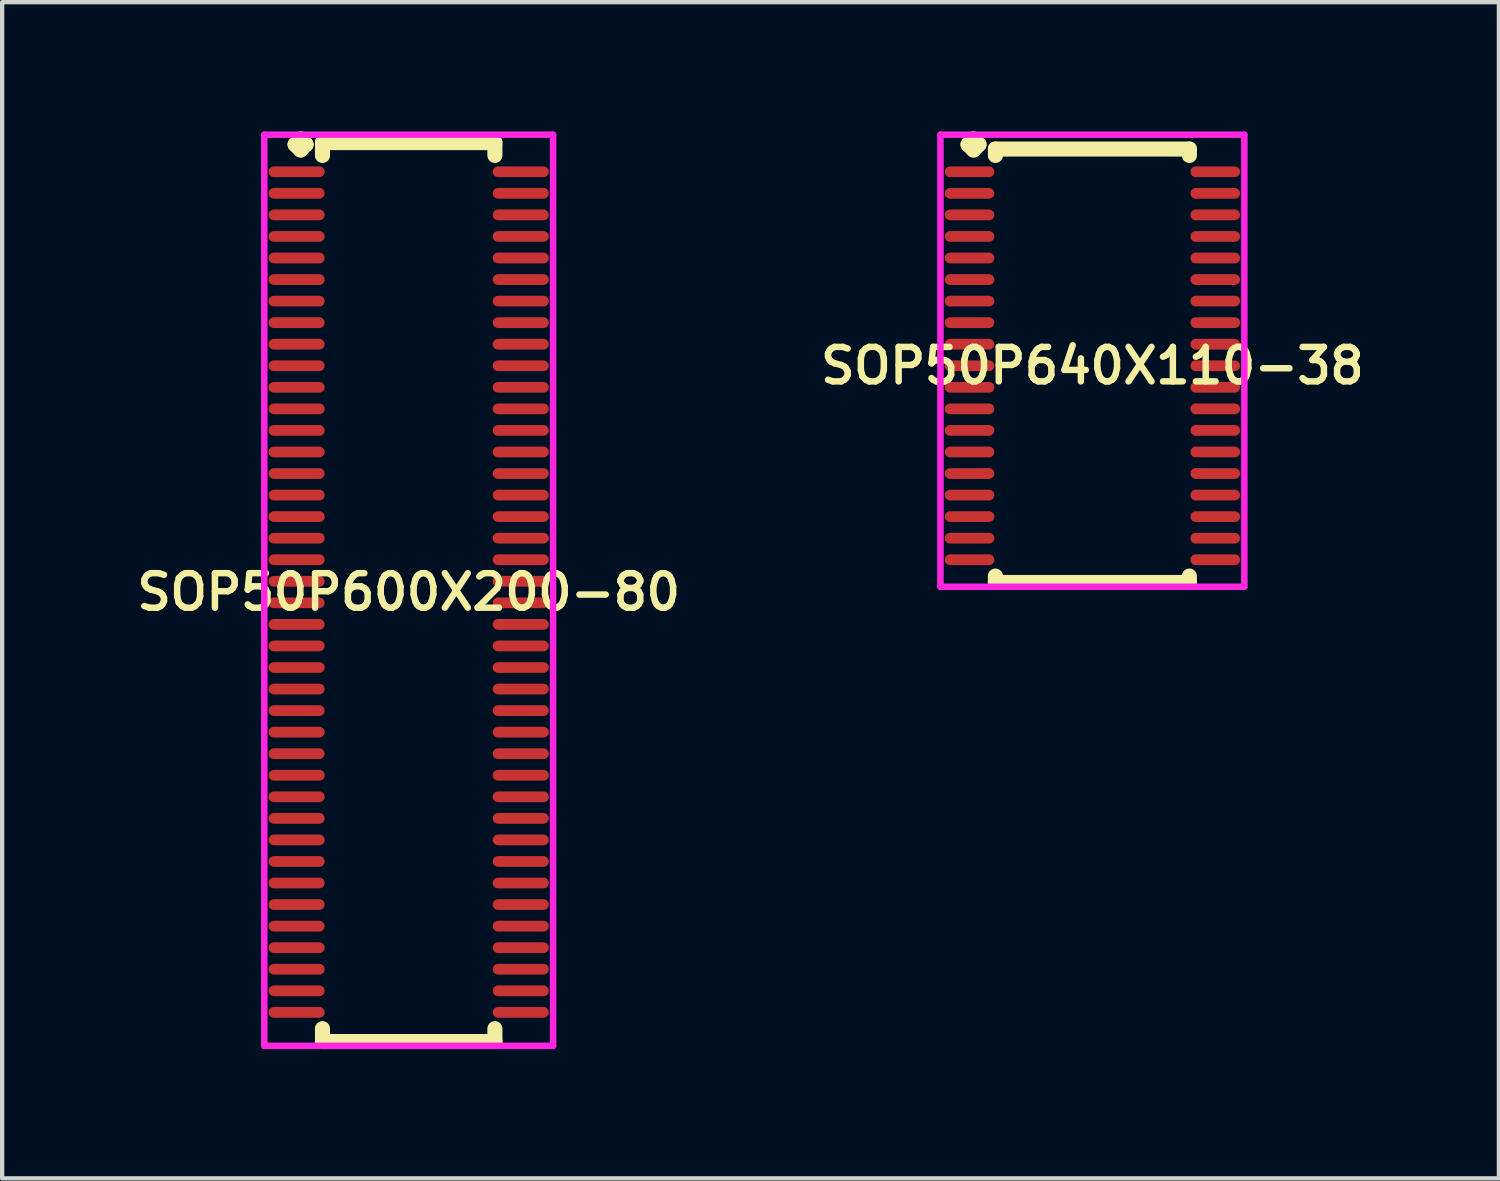
<source format=kicad_pcb>
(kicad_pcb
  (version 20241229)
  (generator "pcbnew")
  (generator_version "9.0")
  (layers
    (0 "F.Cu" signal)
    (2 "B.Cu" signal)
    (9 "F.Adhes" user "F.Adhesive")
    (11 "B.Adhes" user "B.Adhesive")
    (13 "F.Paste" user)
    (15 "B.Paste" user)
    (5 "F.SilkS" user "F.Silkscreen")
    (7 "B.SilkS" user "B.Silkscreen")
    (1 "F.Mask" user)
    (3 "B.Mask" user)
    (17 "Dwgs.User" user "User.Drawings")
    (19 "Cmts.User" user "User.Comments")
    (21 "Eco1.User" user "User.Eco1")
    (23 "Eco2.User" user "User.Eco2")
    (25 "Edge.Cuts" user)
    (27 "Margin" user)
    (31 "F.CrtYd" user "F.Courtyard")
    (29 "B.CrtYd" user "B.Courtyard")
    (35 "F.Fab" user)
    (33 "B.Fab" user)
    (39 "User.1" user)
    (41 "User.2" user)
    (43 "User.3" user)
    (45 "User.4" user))
  (footprint "SOP50P600X200-80"
    (layer "F.Cu")
    (at 6.431 10.685)
    (property "Reference" "SOP50P600X200-80" (at 0 0 0) (layer "F.SilkS") (effects (font (size 0.8 0.8) (thickness 0.15))))
    (attr smd)
    (fp_line (start -2.635 -10.383) (end -2.508 -10.51) (stroke (width 0.35) (type solid)) (layer "F.SilkS"))
    (fp_line (start -2.508 -10.51) (end -2.381 -10.383) (stroke (width 0.35) (type solid)) (layer "F.SilkS"))
    (fp_line (start -2.508 -10.256) (end -2.635 -10.383) (stroke (width 0.35) (type solid)) (layer "F.SilkS"))
    (fp_line (start -2.381 -10.383) (end -2.508 -10.256) (stroke (width 0.35) (type solid)) (layer "F.SilkS"))
    (fp_line (start -2 -10.427) (end 2 -10.427) (stroke (width 0.35) (type solid)) (layer "F.SilkS"))
    (fp_line (start -2 -10.129) (end -2 -10.427) (stroke (width 0.35) (type solid)) (layer "F.SilkS"))
    (fp_line (start -2 10.129) (end -2 10.427) (stroke (width 0.35) (type solid)) (layer "F.SilkS"))
    (fp_line (start -2 10.427) (end 2 10.427) (stroke (width 0.35) (type solid)) (layer "F.SilkS"))
    (fp_line (start 2 -10.427) (end 2 -10.129) (stroke (width 0.35) (type solid)) (layer "F.SilkS"))
    (fp_line (start 2 10.427) (end 2 10.129) (stroke (width 0.35) (type solid)) (layer "F.SilkS"))
    (fp_line (start -3.35 -10.61) (end 3.35 -10.61) (stroke (width 0.15) (type solid)) (layer "F.CrtYd"))
    (fp_line (start -3.35 10.527) (end -3.35 -10.61) (stroke (width 0.15) (type solid)) (layer "F.CrtYd"))
    (fp_line (start 3.35 -10.61) (end 3.35 10.527) (stroke (width 0.15) (type solid)) (layer "F.CrtYd"))
    (fp_line (start 3.35 10.527) (end -3.35 10.527) (stroke (width 0.15) (type solid)) (layer "F.CrtYd"))
    (pad "1" smd oval (at -2.6 -9.75) (size 1.3 0.25) (layers "F.Cu" "F.Mask" "F.Paste"))
    (pad "2" smd oval (at -2.6 -9.25) (size 1.3 0.25) (layers "F.Cu" "F.Mask" "F.Paste"))
    (pad "3" smd oval (at -2.6 -8.75) (size 1.3 0.25) (layers "F.Cu" "F.Mask" "F.Paste"))
    (pad "4" smd oval (at -2.6 -8.25) (size 1.3 0.25) (layers "F.Cu" "F.Mask" "F.Paste"))
    (pad "5" smd oval (at -2.6 -7.75) (size 1.3 0.25) (layers "F.Cu" "F.Mask" "F.Paste"))
    (pad "6" smd oval (at -2.6 -7.25) (size 1.3 0.25) (layers "F.Cu" "F.Mask" "F.Paste"))
    (pad "7" smd oval (at -2.6 -6.75) (size 1.3 0.25) (layers "F.Cu" "F.Mask" "F.Paste"))
    (pad "8" smd oval (at -2.6 -6.25) (size 1.3 0.25) (layers "F.Cu" "F.Mask" "F.Paste"))
    (pad "9" smd oval (at -2.6 -5.75) (size 1.3 0.25) (layers "F.Cu" "F.Mask" "F.Paste"))
    (pad "10" smd oval (at -2.6 -5.25) (size 1.3 0.25) (layers "F.Cu" "F.Mask" "F.Paste"))
    (pad "11" smd oval (at -2.6 -4.75) (size 1.3 0.25) (layers "F.Cu" "F.Mask" "F.Paste"))
    (pad "12" smd oval (at -2.6 -4.25) (size 1.3 0.25) (layers "F.Cu" "F.Mask" "F.Paste"))
    (pad "13" smd oval (at -2.6 -3.75) (size 1.3 0.25) (layers "F.Cu" "F.Mask" "F.Paste"))
    (pad "14" smd oval (at -2.6 -3.25) (size 1.3 0.25) (layers "F.Cu" "F.Mask" "F.Paste"))
    (pad "15" smd oval (at -2.6 -2.75) (size 1.3 0.25) (layers "F.Cu" "F.Mask" "F.Paste"))
    (pad "16" smd oval (at -2.6 -2.25) (size 1.3 0.25) (layers "F.Cu" "F.Mask" "F.Paste"))
    (pad "17" smd oval (at -2.6 -1.75) (size 1.3 0.25) (layers "F.Cu" "F.Mask" "F.Paste"))
    (pad "18" smd oval (at -2.6 -1.25) (size 1.3 0.25) (layers "F.Cu" "F.Mask" "F.Paste"))
    (pad "19" smd oval (at -2.6 -0.75) (size 1.3 0.25) (layers "F.Cu" "F.Mask" "F.Paste"))
    (pad "20" smd oval (at -2.6 -0.25) (size 1.3 0.25) (layers "F.Cu" "F.Mask" "F.Paste"))
    (pad "21" smd oval (at -2.6 0.25) (size 1.3 0.25) (layers "F.Cu" "F.Mask" "F.Paste"))
    (pad "22" smd oval (at -2.6 0.75) (size 1.3 0.25) (layers "F.Cu" "F.Mask" "F.Paste"))
    (pad "23" smd oval (at -2.6 1.25) (size 1.3 0.25) (layers "F.Cu" "F.Mask" "F.Paste"))
    (pad "24" smd oval (at -2.6 1.75) (size 1.3 0.25) (layers "F.Cu" "F.Mask" "F.Paste"))
    (pad "25" smd oval (at -2.6 2.25) (size 1.3 0.25) (layers "F.Cu" "F.Mask" "F.Paste"))
    (pad "26" smd oval (at -2.6 2.75) (size 1.3 0.25) (layers "F.Cu" "F.Mask" "F.Paste"))
    (pad "27" smd oval (at -2.6 3.25) (size 1.3 0.25) (layers "F.Cu" "F.Mask" "F.Paste"))
    (pad "28" smd oval (at -2.6 3.75) (size 1.3 0.25) (layers "F.Cu" "F.Mask" "F.Paste"))
    (pad "29" smd oval (at -2.6 4.25) (size 1.3 0.25) (layers "F.Cu" "F.Mask" "F.Paste"))
    (pad "30" smd oval (at -2.6 4.75) (size 1.3 0.25) (layers "F.Cu" "F.Mask" "F.Paste"))
    (pad "31" smd oval (at -2.6 5.25) (size 1.3 0.25) (layers "F.Cu" "F.Mask" "F.Paste"))
    (pad "32" smd oval (at -2.6 5.75) (size 1.3 0.25) (layers "F.Cu" "F.Mask" "F.Paste"))
    (pad "33" smd oval (at -2.6 6.25) (size 1.3 0.25) (layers "F.Cu" "F.Mask" "F.Paste"))
    (pad "34" smd oval (at -2.6 6.75) (size 1.3 0.25) (layers "F.Cu" "F.Mask" "F.Paste"))
    (pad "35" smd oval (at -2.6 7.25) (size 1.3 0.25) (layers "F.Cu" "F.Mask" "F.Paste"))
    (pad "36" smd oval (at -2.6 7.75) (size 1.3 0.25) (layers "F.Cu" "F.Mask" "F.Paste"))
    (pad "37" smd oval (at -2.6 8.25) (size 1.3 0.25) (layers "F.Cu" "F.Mask" "F.Paste"))
    (pad "38" smd oval (at -2.6 8.75) (size 1.3 0.25) (layers "F.Cu" "F.Mask" "F.Paste"))
    (pad "39" smd oval (at -2.6 9.25) (size 1.3 0.25) (layers "F.Cu" "F.Mask" "F.Paste"))
    (pad "40" smd oval (at -2.6 9.75) (size 1.3 0.25) (layers "F.Cu" "F.Mask" "F.Paste"))
    (pad "41" smd oval (at 2.6 9.75) (size 1.3 0.25) (layers "F.Cu" "F.Mask" "F.Paste"))
    (pad "42" smd oval (at 2.6 9.25) (size 1.3 0.25) (layers "F.Cu" "F.Mask" "F.Paste"))
    (pad "43" smd oval (at 2.6 8.75) (size 1.3 0.25) (layers "F.Cu" "F.Mask" "F.Paste"))
    (pad "44" smd oval (at 2.6 8.25) (size 1.3 0.25) (layers "F.Cu" "F.Mask" "F.Paste"))
    (pad "45" smd oval (at 2.6 7.75) (size 1.3 0.25) (layers "F.Cu" "F.Mask" "F.Paste"))
    (pad "46" smd oval (at 2.6 7.25) (size 1.3 0.25) (layers "F.Cu" "F.Mask" "F.Paste"))
    (pad "47" smd oval (at 2.6 6.75) (size 1.3 0.25) (layers "F.Cu" "F.Mask" "F.Paste"))
    (pad "48" smd oval (at 2.6 6.25) (size 1.3 0.25) (layers "F.Cu" "F.Mask" "F.Paste"))
    (pad "49" smd oval (at 2.6 5.75) (size 1.3 0.25) (layers "F.Cu" "F.Mask" "F.Paste"))
    (pad "50" smd oval (at 2.6 5.25) (size 1.3 0.25) (layers "F.Cu" "F.Mask" "F.Paste"))
    (pad "51" smd oval (at 2.6 4.75) (size 1.3 0.25) (layers "F.Cu" "F.Mask" "F.Paste"))
    (pad "52" smd oval (at 2.6 4.25) (size 1.3 0.25) (layers "F.Cu" "F.Mask" "F.Paste"))
    (pad "53" smd oval (at 2.6 3.75) (size 1.3 0.25) (layers "F.Cu" "F.Mask" "F.Paste"))
    (pad "54" smd oval (at 2.6 3.25) (size 1.3 0.25) (layers "F.Cu" "F.Mask" "F.Paste"))
    (pad "55" smd oval (at 2.6 2.75) (size 1.3 0.25) (layers "F.Cu" "F.Mask" "F.Paste"))
    (pad "56" smd oval (at 2.6 2.25) (size 1.3 0.25) (layers "F.Cu" "F.Mask" "F.Paste"))
    (pad "57" smd oval (at 2.6 1.75) (size 1.3 0.25) (layers "F.Cu" "F.Mask" "F.Paste"))
    (pad "58" smd oval (at 2.6 1.25) (size 1.3 0.25) (layers "F.Cu" "F.Mask" "F.Paste"))
    (pad "59" smd oval (at 2.6 0.75) (size 1.3 0.25) (layers "F.Cu" "F.Mask" "F.Paste"))
    (pad "60" smd oval (at 2.6 0.25) (size 1.3 0.25) (layers "F.Cu" "F.Mask" "F.Paste"))
    (pad "61" smd oval (at 2.6 -0.25) (size 1.3 0.25) (layers "F.Cu" "F.Mask" "F.Paste"))
    (pad "62" smd oval (at 2.6 -0.75) (size 1.3 0.25) (layers "F.Cu" "F.Mask" "F.Paste"))
    (pad "63" smd oval (at 2.6 -1.25) (size 1.3 0.25) (layers "F.Cu" "F.Mask" "F.Paste"))
    (pad "64" smd oval (at 2.6 -1.75) (size 1.3 0.25) (layers "F.Cu" "F.Mask" "F.Paste"))
    (pad "65" smd oval (at 2.6 -2.25) (size 1.3 0.25) (layers "F.Cu" "F.Mask" "F.Paste"))
    (pad "66" smd oval (at 2.6 -2.75) (size 1.3 0.25) (layers "F.Cu" "F.Mask" "F.Paste"))
    (pad "67" smd oval (at 2.6 -3.25) (size 1.3 0.25) (layers "F.Cu" "F.Mask" "F.Paste"))
    (pad "68" smd oval (at 2.6 -3.75) (size 1.3 0.25) (layers "F.Cu" "F.Mask" "F.Paste"))
    (pad "69" smd oval (at 2.6 -4.25) (size 1.3 0.25) (layers "F.Cu" "F.Mask" "F.Paste"))
    (pad "70" smd oval (at 2.6 -4.75) (size 1.3 0.25) (layers "F.Cu" "F.Mask" "F.Paste"))
    (pad "71" smd oval (at 2.6 -5.25) (size 1.3 0.25) (layers "F.Cu" "F.Mask" "F.Paste"))
    (pad "72" smd oval (at 2.6 -5.75) (size 1.3 0.25) (layers "F.Cu" "F.Mask" "F.Paste"))
    (pad "73" smd oval (at 2.6 -6.25) (size 1.3 0.25) (layers "F.Cu" "F.Mask" "F.Paste"))
    (pad "74" smd oval (at 2.6 -6.75) (size 1.3 0.25) (layers "F.Cu" "F.Mask" "F.Paste"))
    (pad "75" smd oval (at 2.6 -7.25) (size 1.3 0.25) (layers "F.Cu" "F.Mask" "F.Paste"))
    (pad "76" smd oval (at 2.6 -7.75) (size 1.3 0.25) (layers "F.Cu" "F.Mask" "F.Paste"))
    (pad "77" smd oval (at 2.6 -8.25) (size 1.3 0.25) (layers "F.Cu" "F.Mask" "F.Paste"))
    (pad "78" smd oval (at 2.6 -8.75) (size 1.3 0.25) (layers "F.Cu" "F.Mask" "F.Paste"))
    (pad "79" smd oval (at 2.6 -9.25) (size 1.3 0.25) (layers "F.Cu" "F.Mask" "F.Paste"))
    (pad "80" smd oval (at 2.6 -9.75) (size 1.3 0.25) (layers "F.Cu" "F.Mask" "F.Paste")))
  (footprint "SOP50P640X110-38"
    (layer "F.Cu")
    (at 22.292 5.435)
    (property "Reference" "SOP50P640X110-38" (at 0 0 0) (layer "F.SilkS") (effects (font (size 0.8 0.8) (thickness 0.15))))
    (attr smd)
    (fp_line (start -2.885 -5.133) (end -2.758 -5.26) (stroke (width 0.35) (type solid)) (layer "F.SilkS"))
    (fp_line (start -2.758 -5.26) (end -2.631 -5.133) (stroke (width 0.35) (type solid)) (layer "F.SilkS"))
    (fp_line (start -2.758 -5.006) (end -2.885 -5.133) (stroke (width 0.35) (type solid)) (layer "F.SilkS"))
    (fp_line (start -2.631 -5.133) (end -2.758 -5.006) (stroke (width 0.35) (type solid)) (layer "F.SilkS"))
    (fp_line (start -2.25 -5.027) (end 2.25 -5.027) (stroke (width 0.35) (type solid)) (layer "F.SilkS"))
    (fp_line (start -2.25 -4.879) (end -2.25 -5.027) (stroke (width 0.35) (type solid)) (layer "F.SilkS"))
    (fp_line (start -2.25 4.879) (end -2.25 5.027) (stroke (width 0.35) (type solid)) (layer "F.SilkS"))
    (fp_line (start -2.25 5.027) (end 2.25 5.027) (stroke (width 0.35) (type solid)) (layer "F.SilkS"))
    (fp_line (start 2.25 -5.027) (end 2.25 -4.879) (stroke (width 0.35) (type solid)) (layer "F.SilkS"))
    (fp_line (start 2.25 5.027) (end 2.25 4.879) (stroke (width 0.35) (type solid)) (layer "F.SilkS"))
    (fp_line (start -3.525 -5.36) (end 3.525 -5.36) (stroke (width 0.15) (type solid)) (layer "F.CrtYd"))
    (fp_line (start -3.525 5.127) (end -3.525 -5.36) (stroke (width 0.15) (type solid)) (layer "F.CrtYd"))
    (fp_line (start 3.525 -5.36) (end 3.525 5.127) (stroke (width 0.15) (type solid)) (layer "F.CrtYd"))
    (fp_line (start 3.525 5.127) (end -3.525 5.127) (stroke (width 0.15) (type solid)) (layer "F.CrtYd"))
    (pad "1" smd oval (at -2.85 -4.5) (size 1.15 0.25) (layers "F.Cu" "F.Mask" "F.Paste"))
    (pad "2" smd oval (at -2.85 -4) (size 1.15 0.25) (layers "F.Cu" "F.Mask" "F.Paste"))
    (pad "3" smd oval (at -2.85 -3.5) (size 1.15 0.25) (layers "F.Cu" "F.Mask" "F.Paste"))
    (pad "4" smd oval (at -2.85 -3) (size 1.15 0.25) (layers "F.Cu" "F.Mask" "F.Paste"))
    (pad "5" smd oval (at -2.85 -2.5) (size 1.15 0.25) (layers "F.Cu" "F.Mask" "F.Paste"))
    (pad "6" smd oval (at -2.85 -2) (size 1.15 0.25) (layers "F.Cu" "F.Mask" "F.Paste"))
    (pad "7" smd oval (at -2.85 -1.5) (size 1.15 0.25) (layers "F.Cu" "F.Mask" "F.Paste"))
    (pad "8" smd oval (at -2.85 -1) (size 1.15 0.25) (layers "F.Cu" "F.Mask" "F.Paste"))
    (pad "9" smd oval (at -2.85 -0.5) (size 1.15 0.25) (layers "F.Cu" "F.Mask" "F.Paste"))
    (pad "10" smd oval (at -2.85 0) (size 1.15 0.25) (layers "F.Cu" "F.Mask" "F.Paste"))
    (pad "11" smd oval (at -2.85 0.5) (size 1.15 0.25) (layers "F.Cu" "F.Mask" "F.Paste"))
    (pad "12" smd oval (at -2.85 1) (size 1.15 0.25) (layers "F.Cu" "F.Mask" "F.Paste"))
    (pad "13" smd oval (at -2.85 1.5) (size 1.15 0.25) (layers "F.Cu" "F.Mask" "F.Paste"))
    (pad "14" smd oval (at -2.85 2) (size 1.15 0.25) (layers "F.Cu" "F.Mask" "F.Paste"))
    (pad "15" smd oval (at -2.85 2.5) (size 1.15 0.25) (layers "F.Cu" "F.Mask" "F.Paste"))
    (pad "16" smd oval (at -2.85 3) (size 1.15 0.25) (layers "F.Cu" "F.Mask" "F.Paste"))
    (pad "17" smd oval (at -2.85 3.5) (size 1.15 0.25) (layers "F.Cu" "F.Mask" "F.Paste"))
    (pad "18" smd oval (at -2.85 4) (size 1.15 0.25) (layers "F.Cu" "F.Mask" "F.Paste"))
    (pad "19" smd oval (at -2.85 4.5) (size 1.15 0.25) (layers "F.Cu" "F.Mask" "F.Paste"))
    (pad "20" smd oval (at 2.85 4.5) (size 1.15 0.25) (layers "F.Cu" "F.Mask" "F.Paste"))
    (pad "21" smd oval (at 2.85 4) (size 1.15 0.25) (layers "F.Cu" "F.Mask" "F.Paste"))
    (pad "22" smd oval (at 2.85 3.5) (size 1.15 0.25) (layers "F.Cu" "F.Mask" "F.Paste"))
    (pad "23" smd oval (at 2.85 3) (size 1.15 0.25) (layers "F.Cu" "F.Mask" "F.Paste"))
    (pad "24" smd oval (at 2.85 2.5) (size 1.15 0.25) (layers "F.Cu" "F.Mask" "F.Paste"))
    (pad "25" smd oval (at 2.85 2) (size 1.15 0.25) (layers "F.Cu" "F.Mask" "F.Paste"))
    (pad "26" smd oval (at 2.85 1.5) (size 1.15 0.25) (layers "F.Cu" "F.Mask" "F.Paste"))
    (pad "27" smd oval (at 2.85 1) (size 1.15 0.25) (layers "F.Cu" "F.Mask" "F.Paste"))
    (pad "28" smd oval (at 2.85 0.5) (size 1.15 0.25) (layers "F.Cu" "F.Mask" "F.Paste"))
    (pad "29" smd oval (at 2.85 0) (size 1.15 0.25) (layers "F.Cu" "F.Mask" "F.Paste"))
    (pad "30" smd oval (at 2.85 -0.5) (size 1.15 0.25) (layers "F.Cu" "F.Mask" "F.Paste"))
    (pad "31" smd oval (at 2.85 -1) (size 1.15 0.25) (layers "F.Cu" "F.Mask" "F.Paste"))
    (pad "32" smd oval (at 2.85 -1.5) (size 1.15 0.25) (layers "F.Cu" "F.Mask" "F.Paste"))
    (pad "33" smd oval (at 2.85 -2) (size 1.15 0.25) (layers "F.Cu" "F.Mask" "F.Paste"))
    (pad "34" smd oval (at 2.85 -2.5) (size 1.15 0.25) (layers "F.Cu" "F.Mask" "F.Paste"))
    (pad "35" smd oval (at 2.85 -3) (size 1.15 0.25) (layers "F.Cu" "F.Mask" "F.Paste"))
    (pad "36" smd oval (at 2.85 -3.5) (size 1.15 0.25) (layers "F.Cu" "F.Mask" "F.Paste"))
    (pad "37" smd oval (at 2.85 -4) (size 1.15 0.25) (layers "F.Cu" "F.Mask" "F.Paste"))
    (pad "38" smd oval (at 2.85 -4.5) (size 1.15 0.25) (layers "F.Cu" "F.Mask" "F.Paste")))
  (gr_rect
    (start -3 -3)
    (end 31.723 24.287)
    (stroke (width 0.1) (type default))
    (fill no)
    (layer "Edge.Cuts")))
</source>
